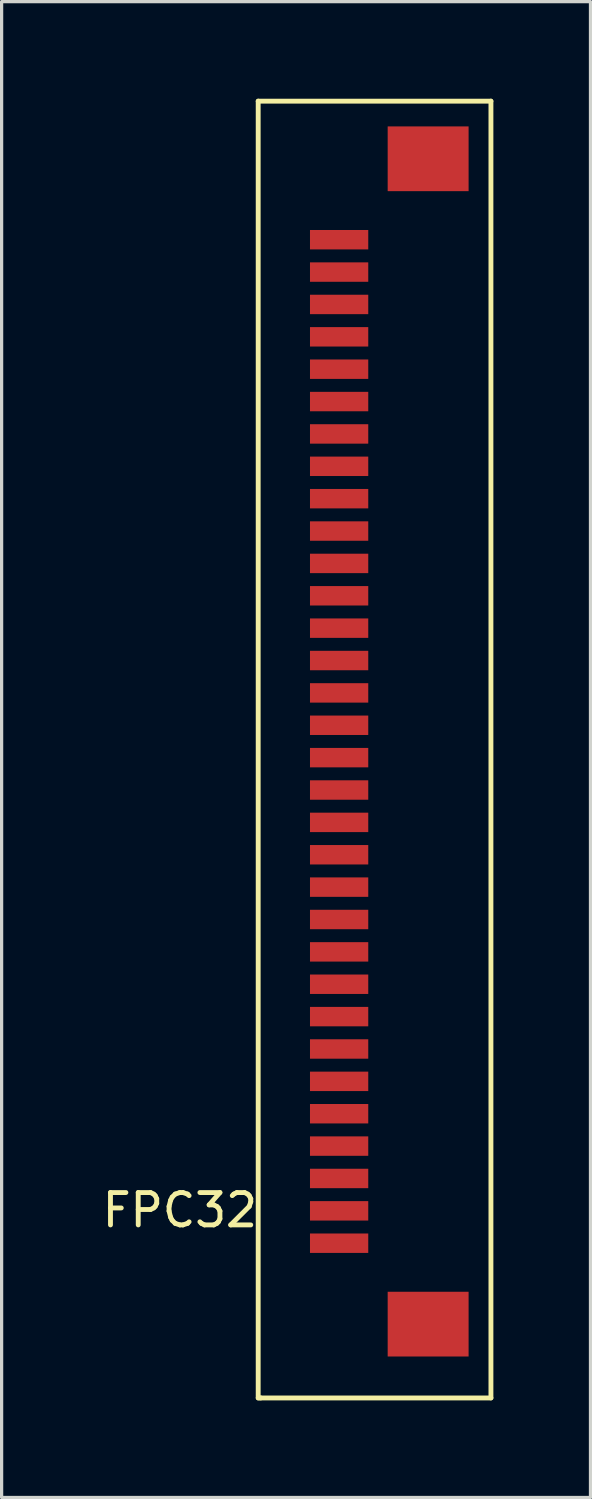
<source format=kicad_pcb>
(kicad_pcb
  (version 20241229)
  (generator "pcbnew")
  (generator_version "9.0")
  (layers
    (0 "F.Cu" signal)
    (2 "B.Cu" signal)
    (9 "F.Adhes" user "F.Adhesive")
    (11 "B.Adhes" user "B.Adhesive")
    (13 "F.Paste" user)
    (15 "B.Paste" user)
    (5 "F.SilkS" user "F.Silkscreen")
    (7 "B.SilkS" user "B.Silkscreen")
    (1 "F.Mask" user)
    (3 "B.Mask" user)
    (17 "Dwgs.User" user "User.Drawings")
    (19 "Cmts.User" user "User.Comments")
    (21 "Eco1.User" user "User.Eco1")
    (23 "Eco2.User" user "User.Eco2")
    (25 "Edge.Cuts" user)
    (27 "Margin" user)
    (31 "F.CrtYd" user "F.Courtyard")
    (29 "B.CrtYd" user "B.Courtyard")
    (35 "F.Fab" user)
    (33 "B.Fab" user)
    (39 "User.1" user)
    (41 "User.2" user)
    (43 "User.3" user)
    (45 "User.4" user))
  (footprint "FPC32"
    (layer "F.Cu")
    (at 7.426 35.355)
    (property "Reference" "FPC32" (at -4.92 -1.02 0) (layer "F.SilkS") (effects (font (size 1 1) (thickness 0.15))))
    (attr through_hole)
    (fp_line (start -2.5 -35.28) (end -2.5 4.78) (stroke (width 0.15) (type solid)) (layer "F.SilkS"))
    (fp_line (start -2.5 4.78) (end -2.42 4.78) (stroke (width 0.15) (type solid)) (layer "F.SilkS"))
    (fp_line (start -2.44 4.78) (end 4.69 4.78) (stroke (width 0.15) (type solid)) (layer "F.SilkS"))
    (fp_line (start 4.69 -35.28) (end -2.5 -35.28) (stroke (width 0.15) (type solid)) (layer "F.SilkS"))
    (fp_line (start 4.69 4.78) (end 4.69 -35.28) (stroke (width 0.15) (type solid)) (layer "F.SilkS"))
    (pad "1" smd rect (at 0 0) (size 1.8 0.6) (layers "F.Cu" "F.Mask" "F.Paste"))
    (pad "2" smd rect (at 0 -1) (size 1.8 0.6) (layers "F.Cu" "F.Mask" "F.Paste"))
    (pad "3" smd rect (at 0 -2) (size 1.8 0.6) (layers "F.Cu" "F.Mask" "F.Paste"))
    (pad "4" smd rect (at 0 -3) (size 1.8 0.6) (layers "F.Cu" "F.Mask" "F.Paste"))
    (pad "5" smd rect (at 0 -4) (size 1.8 0.6) (layers "F.Cu" "F.Mask" "F.Paste"))
    (pad "6" smd rect (at 0 -5) (size 1.8 0.6) (layers "F.Cu" "F.Mask" "F.Paste"))
    (pad "7" smd rect (at 0 -6) (size 1.8 0.6) (layers "F.Cu" "F.Mask" "F.Paste"))
    (pad "8" smd rect (at 0 -7) (size 1.8 0.6) (layers "F.Cu" "F.Mask" "F.Paste"))
    (pad "9" smd rect (at 0 -8) (size 1.8 0.6) (layers "F.Cu" "F.Mask" "F.Paste"))
    (pad "10" smd rect (at 0 -9) (size 1.8 0.6) (layers "F.Cu" "F.Mask" "F.Paste"))
    (pad "11" smd rect (at 0 -10) (size 1.8 0.6) (layers "F.Cu" "F.Mask" "F.Paste"))
    (pad "12" smd rect (at 0 -11) (size 1.8 0.6) (layers "F.Cu" "F.Mask" "F.Paste"))
    (pad "13" smd rect (at 0 -12) (size 1.8 0.6) (layers "F.Cu" "F.Mask" "F.Paste"))
    (pad "14" smd rect (at 0 -13) (size 1.8 0.6) (layers "F.Cu" "F.Mask" "F.Paste"))
    (pad "15" smd rect (at 0 -14) (size 1.8 0.6) (layers "F.Cu" "F.Mask" "F.Paste"))
    (pad "16" smd rect (at 0 -15) (size 1.8 0.6) (layers "F.Cu" "F.Mask" "F.Paste"))
    (pad "17" smd rect (at 0 -16) (size 1.8 0.6) (layers "F.Cu" "F.Mask" "F.Paste"))
    (pad "18" smd rect (at 0 -17) (size 1.8 0.6) (layers "F.Cu" "F.Mask" "F.Paste"))
    (pad "19" smd rect (at 0 -18) (size 1.8 0.6) (layers "F.Cu" "F.Mask" "F.Paste"))
    (pad "20" smd rect (at 0 -19) (size 1.8 0.6) (layers "F.Cu" "F.Mask" "F.Paste"))
    (pad "21" smd rect (at 0 -20) (size 1.8 0.6) (layers "F.Cu" "F.Mask" "F.Paste"))
    (pad "22" smd rect (at 0 -21) (size 1.8 0.6) (layers "F.Cu" "F.Mask" "F.Paste"))
    (pad "23" smd rect (at 0 -22) (size 1.8 0.6) (layers "F.Cu" "F.Mask" "F.Paste"))
    (pad "24" smd rect (at 0 -23) (size 1.8 0.6) (layers "F.Cu" "F.Mask" "F.Paste"))
    (pad "25" smd rect (at 0 -24) (size 1.8 0.6) (layers "F.Cu" "F.Mask" "F.Paste"))
    (pad "26" smd rect (at 0 -25) (size 1.8 0.6) (layers "F.Cu" "F.Mask" "F.Paste"))
    (pad "27" smd rect (at 0 -26) (size 1.8 0.6) (layers "F.Cu" "F.Mask" "F.Paste"))
    (pad "28" smd rect (at 0 -27) (size 1.8 0.6) (layers "F.Cu" "F.Mask" "F.Paste"))
    (pad "29" smd rect (at 0 -28) (size 1.8 0.6) (layers "F.Cu" "F.Mask" "F.Paste"))
    (pad "30" smd rect (at 0 -29) (size 1.8 0.6) (layers "F.Cu" "F.Mask" "F.Paste"))
    (pad "31" smd rect (at 0 -30) (size 1.8 0.6) (layers "F.Cu" "F.Mask" "F.Paste"))
    (pad "32" smd rect (at 0 -31) (size 1.8 0.6) (layers "F.Cu" "F.Mask" "F.Paste"))
    (pad "33" connect rect (at 2.75 -33.5) (size 2.5 2) (layers "F.Cu" "F.Mask"))
    (pad "33" connect rect (at 2.75 2.5) (size 2.5 2) (layers "F.Cu" "F.Mask")))
  (gr_rect
    (start -3 -3)
    (end 15.191 43.21)
    (stroke (width 0.1) (type default))
    (fill no)
    (layer "Edge.Cuts")))
</source>
